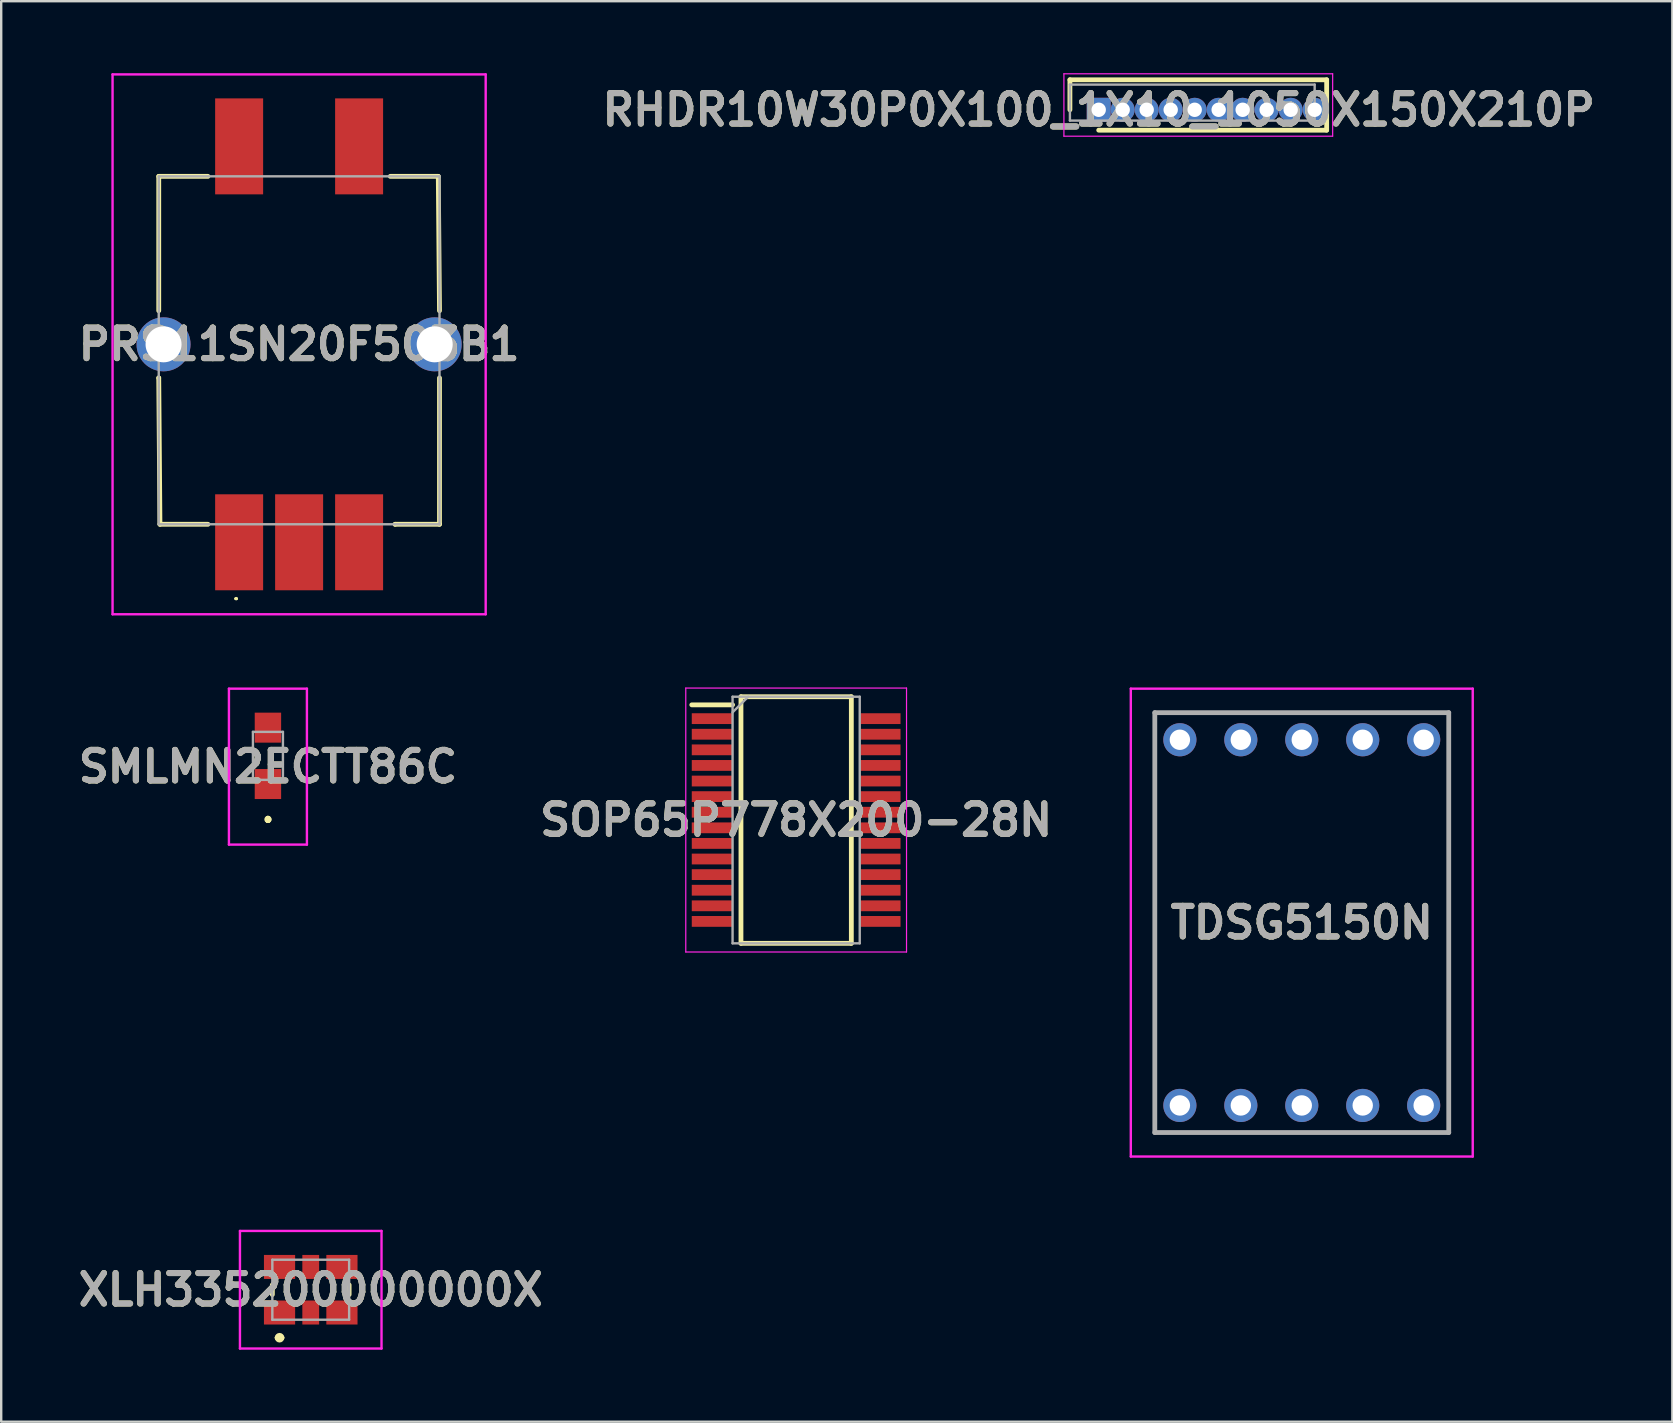
<source format=kicad_pcb>
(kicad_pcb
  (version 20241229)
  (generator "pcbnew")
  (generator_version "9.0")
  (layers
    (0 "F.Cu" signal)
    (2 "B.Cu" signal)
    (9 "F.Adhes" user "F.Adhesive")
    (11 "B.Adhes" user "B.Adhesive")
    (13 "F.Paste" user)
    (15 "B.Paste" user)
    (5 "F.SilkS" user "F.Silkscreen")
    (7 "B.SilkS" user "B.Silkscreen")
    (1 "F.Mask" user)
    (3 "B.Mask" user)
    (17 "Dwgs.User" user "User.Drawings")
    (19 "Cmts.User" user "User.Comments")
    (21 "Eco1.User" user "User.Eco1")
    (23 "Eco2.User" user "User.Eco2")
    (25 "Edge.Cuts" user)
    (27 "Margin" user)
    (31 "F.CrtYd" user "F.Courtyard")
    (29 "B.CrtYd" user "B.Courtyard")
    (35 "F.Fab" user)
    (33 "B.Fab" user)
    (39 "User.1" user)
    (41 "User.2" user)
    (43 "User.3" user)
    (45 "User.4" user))
  (footprint "TDSG5150N"
    (layer "F.Cu")
    (at 46.122 43.02)
    (property "Reference" "TDSG5150N" (at 5.08 -7.62 0) (layer "F.SilkS") (effects (font (size 1.27 1.27) (thickness 0.254))))
    (attr through_hole)
    (fp_line (start -1.045 -16.37) (end 11.205 -16.37) (stroke (width 0.1) (type solid)) (layer "F.SilkS"))
    (fp_line (start -1.045 1.13) (end -1.045 -16.37) (stroke (width 0.1) (type solid)) (layer "F.SilkS"))
    (fp_line (start 11.205 -16.37) (end 11.205 1.13) (stroke (width 0.1) (type solid)) (layer "F.SilkS"))
    (fp_line (start 11.205 1.13) (end -1.045 1.13) (stroke (width 0.1) (type solid)) (layer "F.SilkS"))
    (fp_line (start -2.045 -17.37) (end 12.205 -17.37) (stroke (width 0.1) (type solid)) (layer "F.CrtYd"))
    (fp_line (start -2.045 2.13) (end -2.045 -17.37) (stroke (width 0.1) (type solid)) (layer "F.CrtYd"))
    (fp_line (start 12.205 -17.37) (end 12.205 2.13) (stroke (width 0.1) (type solid)) (layer "F.CrtYd"))
    (fp_line (start 12.205 2.13) (end -2.045 2.13) (stroke (width 0.1) (type solid)) (layer "F.CrtYd"))
    (fp_line (start -1.045 -16.37) (end -1.045 1.13) (stroke (width 0.2) (type solid)) (layer "F.Fab"))
    (fp_line (start -1.045 1.13) (end 11.205 1.13) (stroke (width 0.2) (type solid)) (layer "F.Fab"))
    (fp_line (start 11.205 -16.37) (end -1.045 -16.37) (stroke (width 0.2) (type solid)) (layer "F.Fab"))
    (fp_line (start 11.205 1.13) (end 11.205 -16.37) (stroke (width 0.2) (type solid)) (layer "F.Fab"))
    (fp_text user "${REFERENCE}" (at 5.08 -7.62 0) (layer "F.Fab") (effects (font (size 1.27 1.27) (thickness 0.254))))
    (pad "1" thru_hole circle (at 0 0) (size 1.381 1.381) (drill 0.85) (layers "*.Cu" "*.Mask"))
    (pad "2" thru_hole circle (at 2.54 0) (size 1.381 1.381) (drill 0.85) (layers "*.Cu" "*.Mask"))
    (pad "3" thru_hole circle (at 5.08 0) (size 1.381 1.381) (drill 0.85) (layers "*.Cu" "*.Mask"))
    (pad "4" thru_hole circle (at 7.62 0) (size 1.381 1.381) (drill 0.85) (layers "*.Cu" "*.Mask"))
    (pad "5" thru_hole circle (at 10.16 0) (size 1.381 1.381) (drill 0.85) (layers "*.Cu" "*.Mask"))
    (pad "6" thru_hole circle (at 10.16 -15.24) (size 1.381 1.381) (drill 0.85) (layers "*.Cu" "*.Mask"))
    (pad "7" thru_hole circle (at 7.62 -15.24) (size 1.381 1.381) (drill 0.85) (layers "*.Cu" "*.Mask"))
    (pad "8" thru_hole circle (at 5.08 -15.24) (size 1.381 1.381) (drill 0.85) (layers "*.Cu" "*.Mask"))
    (pad "9" thru_hole circle (at 2.54 -15.24) (size 1.381 1.381) (drill 0.85) (layers "*.Cu" "*.Mask"))
    (pad "10" thru_hole circle (at 0 -15.24) (size 1.381 1.381) (drill 0.85) (layers "*.Cu" "*.Mask")))
  (footprint "XLH335200000000X"
    (layer "F.Cu")
    (at 9.9 50.7)
    (property "Reference" "XLH335200000000X" (at 0 0 0) (layer "F.SilkS") (effects (font (size 1.27 1.27) (thickness 0.254))))
    (attr smd)
    (fp_line (start -1.6 0.2) (end -1.6 -0.2) (stroke (width 0.2) (type solid)) (layer "F.SilkS"))
    (fp_line (start -1.4 2) (end -1.4 2) (stroke (width 0.2) (type solid)) (layer "F.SilkS"))
    (fp_line (start -1.2 2) (end -1.2 2) (stroke (width 0.2) (type solid)) (layer "F.SilkS"))
    (fp_line (start 1.6 0.2) (end 1.6 -0.2) (stroke (width 0.2) (type solid)) (layer "F.SilkS"))
    (fp_arc (start -1.4 2) (mid -1.3 1.9) (end -1.2 2) (stroke (width 0.2) (type solid)) (layer "F.SilkS"))
    (fp_arc (start -1.2 2) (mid -1.3 2.1) (end -1.4 2) (stroke (width 0.2) (type solid)) (layer "F.SilkS"))
    (fp_line (start -2.95 -2.45) (end 2.95 -2.45) (stroke (width 0.1) (type solid)) (layer "F.CrtYd"))
    (fp_line (start -2.95 2.45) (end -2.95 -2.45) (stroke (width 0.1) (type solid)) (layer "F.CrtYd"))
    (fp_line (start 2.95 -2.45) (end 2.95 2.45) (stroke (width 0.1) (type solid)) (layer "F.CrtYd"))
    (fp_line (start 2.95 2.45) (end -2.95 2.45) (stroke (width 0.1) (type solid)) (layer "F.CrtYd"))
    (fp_line (start -1.6 -1.25) (end 1.6 -1.25) (stroke (width 0.1) (type solid)) (layer "F.Fab"))
    (fp_line (start -1.6 1.25) (end -1.6 -1.25) (stroke (width 0.1) (type solid)) (layer "F.Fab"))
    (fp_line (start 1.6 -1.25) (end 1.6 1.25) (stroke (width 0.1) (type solid)) (layer "F.Fab"))
    (fp_line (start 1.6 1.25) (end -1.6 1.25) (stroke (width 0.1) (type solid)) (layer "F.Fab"))
    (fp_text user "${REFERENCE}" (at 0 0 0) (layer "F.Fab") (effects (font (size 1.27 1.27) (thickness 0.254))))
    (pad "1" smd rect (at -1.3 0.95 90) (size 1 1.3) (layers "F.Cu" "F.Mask" "F.Paste"))
    (pad "2" smd rect (at 0 0.95) (size 0.7 1) (layers "F.Cu" "F.Mask" "F.Paste"))
    (pad "3" smd rect (at 1.3 0.95 90) (size 1 1.3) (layers "F.Cu" "F.Mask" "F.Paste"))
    (pad "4" smd rect (at 1.3 -0.95 90) (size 1 1.3) (layers "F.Cu" "F.Mask" "F.Paste"))
    (pad "5" smd rect (at 0 -0.95) (size 0.7 1) (layers "F.Cu" "F.Mask" "F.Paste"))
    (pad "6" smd rect (at -1.3 -0.95 90) (size 1 1.3) (layers "F.Cu" "F.Mask" "F.Paste")))
  (footprint "SMLMN2ECTT86C"
    (layer "F.Cu")
    (at 8.116 28.45)
    (property "Reference" "SMLMN2ECTT86C" (at 0 0.45 0) (layer "F.SilkS") (effects (font (size 1.27 1.27) (thickness 0.254))))
    (attr smd)
    (fp_line (start 0 2.6) (end 0 2.6) (stroke (width 0.2) (type solid)) (layer "F.SilkS"))
    (fp_line (start 0 2.7) (end 0 2.7) (stroke (width 0.2) (type solid)) (layer "F.SilkS"))
    (fp_line (start 0 2.7) (end 0 2.7) (stroke (width 0.2) (type solid)) (layer "F.SilkS"))
    (fp_arc (start 0 2.6) (mid 0.05 2.65) (end 0 2.7) (stroke (width 0.2) (type solid)) (layer "F.SilkS"))
    (fp_arc (start 0 2.6) (mid 0.05 2.65) (end 0 2.7) (stroke (width 0.2) (type solid)) (layer "F.SilkS"))
    (fp_arc (start 0 2.7) (mid -0.05 2.65) (end 0 2.6) (stroke (width 0.2) (type solid)) (layer "F.SilkS"))
    (fp_line (start -1.625 -2.8) (end 1.625 -2.8) (stroke (width 0.1) (type solid)) (layer "F.CrtYd"))
    (fp_line (start -1.625 3.7) (end -1.625 -2.8) (stroke (width 0.1) (type solid)) (layer "F.CrtYd"))
    (fp_line (start 1.625 -2.8) (end 1.625 3.7) (stroke (width 0.1) (type solid)) (layer "F.CrtYd"))
    (fp_line (start 1.625 3.7) (end -1.625 3.7) (stroke (width 0.1) (type solid)) (layer "F.CrtYd"))
    (fp_line (start -0.625 -1) (end -0.625 1) (stroke (width 0.1) (type solid)) (layer "F.Fab"))
    (fp_line (start -0.625 1) (end 0.625 1) (stroke (width 0.1) (type solid)) (layer "F.Fab"))
    (fp_line (start 0.625 -1) (end -0.625 -1) (stroke (width 0.1) (type solid)) (layer "F.Fab"))
    (fp_line (start 0.625 1) (end 0.625 -1) (stroke (width 0.1) (type solid)) (layer "F.Fab"))
    (fp_text user "${REFERENCE}" (at 0 0.45 0) (layer "F.Fab") (effects (font (size 1.27 1.27) (thickness 0.254))))
    (pad "1" smd rect (at 0 1.175) (size 1.1 1.25) (layers "F.Cu" "F.Mask" "F.Paste"))
    (pad "2" smd rect (at 0 -1.175) (size 1.1 1.25) (layers "F.Cu" "F.Mask" "F.Paste")))
  (footprint "PRS11SN20F503B1"
    (layer "F.Cu")
    (at 9.416 11.3)
    (property "Reference" "PRS11SN20F503B1" (at 0 0 0) (layer "F.SilkS") (effects (font (size 1.27 1.27) (thickness 0.254))))
    (attr through_hole)
    (fp_line (start -5.85 -7) (end -5.85 -1.4) (stroke (width 0.2) (type solid)) (layer "F.SilkS"))
    (fp_line (start -5.85 1.4) (end -5.85 1.4) (stroke (width 0.2) (type solid)) (layer "F.SilkS"))
    (fp_line (start -5.85 1.4) (end -5.8 7.5) (stroke (width 0.2) (type solid)) (layer "F.SilkS"))
    (fp_line (start -5.8 7.5) (end -3.8 7.5) (stroke (width 0.2) (type solid)) (layer "F.SilkS"))
    (fp_line (start -3.8 -7) (end -5.85 -7) (stroke (width 0.2) (type solid)) (layer "F.SilkS"))
    (fp_line (start -2.65 10.6) (end -2.65 10.6) (stroke (width 0.1) (type solid)) (layer "F.SilkS"))
    (fp_line (start -2.6 10.6) (end -2.6 10.6) (stroke (width 0.1) (type solid)) (layer "F.SilkS"))
    (fp_line (start 3.8 -7) (end 5.8 -7) (stroke (width 0.2) (type solid)) (layer "F.SilkS"))
    (fp_line (start 4 7.5) (end 4 7.5) (stroke (width 0.2) (type solid)) (layer "F.SilkS"))
    (fp_line (start 5.8 -7) (end 5.85 -1.4) (stroke (width 0.2) (type solid)) (layer "F.SilkS"))
    (fp_line (start 5.85 1.4) (end 5.85 7.5) (stroke (width 0.2) (type solid)) (layer "F.SilkS"))
    (fp_line (start 5.85 7.5) (end 4 7.5) (stroke (width 0.2) (type solid)) (layer "F.SilkS"))
    (fp_arc (start -2.65 10.6) (mid -2.625 10.575) (end -2.6 10.6) (stroke (width 0.1) (type solid)) (layer "F.SilkS"))
    (fp_arc (start -2.6 10.6) (mid -2.625 10.625) (end -2.65 10.6) (stroke (width 0.1) (type solid)) (layer "F.SilkS"))
    (fp_line (start -7.775 -11.25) (end 7.775 -11.25) (stroke (width 0.1) (type solid)) (layer "F.CrtYd"))
    (fp_line (start -7.775 11.25) (end -7.775 -11.25) (stroke (width 0.1) (type solid)) (layer "F.CrtYd"))
    (fp_line (start 7.775 -11.25) (end 7.775 11.25) (stroke (width 0.1) (type solid)) (layer "F.CrtYd"))
    (fp_line (start 7.775 11.25) (end -7.775 11.25) (stroke (width 0.1) (type solid)) (layer "F.CrtYd"))
    (fp_line (start -5.85 -7) (end 5.85 -7) (stroke (width 0.1) (type solid)) (layer "F.Fab"))
    (fp_line (start -5.85 7.5) (end -5.85 -7) (stroke (width 0.1) (type solid)) (layer "F.Fab"))
    (fp_line (start 5.85 -7) (end 5.85 7.5) (stroke (width 0.1) (type solid)) (layer "F.Fab"))
    (fp_line (start 5.85 7.5) (end -5.85 7.5) (stroke (width 0.1) (type solid)) (layer "F.Fab"))
    (fp_text user "${REFERENCE}" (at 0 0 0) (layer "F.Fab") (effects (font (size 1.27 1.27) (thickness 0.254))))
    (pad "1" smd rect (at -2.5 8.25) (size 2 4) (layers "F.Cu" "F.Mask" "F.Paste"))
    (pad "2" smd rect (at 0 8.25) (size 2 4) (layers "F.Cu" "F.Mask" "F.Paste"))
    (pad "3" smd rect (at 2.5 8.25) (size 2 4) (layers "F.Cu" "F.Mask" "F.Paste"))
    (pad "4" smd rect (at -2.5 -8.25) (size 2 4) (layers "F.Cu" "F.Mask" "F.Paste"))
    (pad "5" smd rect (at 2.5 -8.25) (size 2 4) (layers "F.Cu" "F.Mask" "F.Paste"))
    (pad "MH1" thru_hole circle (at -5.65 0) (size 2.25 2.25) (drill 1.5) (layers "*.Cu" "*.Mask"))
    (pad "MH2" thru_hole circle (at 5.65 0) (size 2.25 2.25) (drill 1.5) (layers "*.Cu" "*.Mask")))
  (footprint "SOP65P778X200-28N"
    (layer "F.Cu")
    (at 30.13 31.125)
    (property "Reference" "SOP65P778X200-28N" (at 0 0 0) (layer "F.SilkS") (effects (font (size 1.27 1.27) (thickness 0.254))))
    (attr smd)
    (fp_line (start -4.35 -4.8) (end -2.65 -4.8) (stroke (width 0.2) (type solid)) (layer "F.SilkS"))
    (fp_line (start -2.3 -5.138) (end 2.3 -5.138) (stroke (width 0.2) (type solid)) (layer "F.SilkS"))
    (fp_line (start -2.3 5.138) (end -2.3 -5.138) (stroke (width 0.2) (type solid)) (layer "F.SilkS"))
    (fp_line (start 2.3 -5.138) (end 2.3 5.138) (stroke (width 0.2) (type solid)) (layer "F.SilkS"))
    (fp_line (start 2.3 5.138) (end -2.3 5.138) (stroke (width 0.2) (type solid)) (layer "F.SilkS"))
    (fp_line (start -4.6 -5.5) (end 4.6 -5.5) (stroke (width 0.05) (type solid)) (layer "F.CrtYd"))
    (fp_line (start -4.6 5.5) (end -4.6 -5.5) (stroke (width 0.05) (type solid)) (layer "F.CrtYd"))
    (fp_line (start 4.6 -5.5) (end 4.6 5.5) (stroke (width 0.05) (type solid)) (layer "F.CrtYd"))
    (fp_line (start 4.6 5.5) (end -4.6 5.5) (stroke (width 0.05) (type solid)) (layer "F.CrtYd"))
    (fp_line (start -2.65 -5.138) (end 2.65 -5.138) (stroke (width 0.1) (type solid)) (layer "F.Fab"))
    (fp_line (start -2.65 -4.488) (end -2 -5.138) (stroke (width 0.1) (type solid)) (layer "F.Fab"))
    (fp_line (start -2.65 5.138) (end -2.65 -5.138) (stroke (width 0.1) (type solid)) (layer "F.Fab"))
    (fp_line (start 2.65 -5.138) (end 2.65 5.138) (stroke (width 0.1) (type solid)) (layer "F.Fab"))
    (fp_line (start 2.65 5.138) (end -2.65 5.138) (stroke (width 0.1) (type solid)) (layer "F.Fab"))
    (fp_text user "${REFERENCE}" (at 0 0 0) (layer "F.Fab") (effects (font (size 1.27 1.27) (thickness 0.254))))
    (pad "1" smd rect (at -3.5 -4.225 90) (size 0.45 1.7) (layers "F.Cu" "F.Mask" "F.Paste"))
    (pad "2" smd rect (at -3.5 -3.575 90) (size 0.45 1.7) (layers "F.Cu" "F.Mask" "F.Paste"))
    (pad "3" smd rect (at -3.5 -2.925 90) (size 0.45 1.7) (layers "F.Cu" "F.Mask" "F.Paste"))
    (pad "4" smd rect (at -3.5 -2.275 90) (size 0.45 1.7) (layers "F.Cu" "F.Mask" "F.Paste"))
    (pad "5" smd rect (at -3.5 -1.625 90) (size 0.45 1.7) (layers "F.Cu" "F.Mask" "F.Paste"))
    (pad "6" smd rect (at -3.5 -0.975 90) (size 0.45 1.7) (layers "F.Cu" "F.Mask" "F.Paste"))
    (pad "7" smd rect (at -3.5 -0.325 90) (size 0.45 1.7) (layers "F.Cu" "F.Mask" "F.Paste"))
    (pad "8" smd rect (at -3.5 0.325 90) (size 0.45 1.7) (layers "F.Cu" "F.Mask" "F.Paste"))
    (pad "9" smd rect (at -3.5 0.975 90) (size 0.45 1.7) (layers "F.Cu" "F.Mask" "F.Paste"))
    (pad "10" smd rect (at -3.5 1.625 90) (size 0.45 1.7) (layers "F.Cu" "F.Mask" "F.Paste"))
    (pad "11" smd rect (at -3.5 2.275 90) (size 0.45 1.7) (layers "F.Cu" "F.Mask" "F.Paste"))
    (pad "12" smd rect (at -3.5 2.925 90) (size 0.45 1.7) (layers "F.Cu" "F.Mask" "F.Paste"))
    (pad "13" smd rect (at -3.5 3.575 90) (size 0.45 1.7) (layers "F.Cu" "F.Mask" "F.Paste"))
    (pad "14" smd rect (at -3.5 4.225 90) (size 0.45 1.7) (layers "F.Cu" "F.Mask" "F.Paste"))
    (pad "15" smd rect (at 3.5 4.225 90) (size 0.45 1.7) (layers "F.Cu" "F.Mask" "F.Paste"))
    (pad "16" smd rect (at 3.5 3.575 90) (size 0.45 1.7) (layers "F.Cu" "F.Mask" "F.Paste"))
    (pad "17" smd rect (at 3.5 2.925 90) (size 0.45 1.7) (layers "F.Cu" "F.Mask" "F.Paste"))
    (pad "18" smd rect (at 3.5 2.275 90) (size 0.45 1.7) (layers "F.Cu" "F.Mask" "F.Paste"))
    (pad "19" smd rect (at 3.5 1.625 90) (size 0.45 1.7) (layers "F.Cu" "F.Mask" "F.Paste"))
    (pad "20" smd rect (at 3.5 0.975 90) (size 0.45 1.7) (layers "F.Cu" "F.Mask" "F.Paste"))
    (pad "21" smd rect (at 3.5 0.325 90) (size 0.45 1.7) (layers "F.Cu" "F.Mask" "F.Paste"))
    (pad "22" smd rect (at 3.5 -0.325 90) (size 0.45 1.7) (layers "F.Cu" "F.Mask" "F.Paste"))
    (pad "23" smd rect (at 3.5 -0.975 90) (size 0.45 1.7) (layers "F.Cu" "F.Mask" "F.Paste"))
    (pad "24" smd rect (at 3.5 -1.625 90) (size 0.45 1.7) (layers "F.Cu" "F.Mask" "F.Paste"))
    (pad "25" smd rect (at 3.5 -2.275 90) (size 0.45 1.7) (layers "F.Cu" "F.Mask" "F.Paste"))
    (pad "26" smd rect (at 3.5 -2.925 90) (size 0.45 1.7) (layers "F.Cu" "F.Mask" "F.Paste"))
    (pad "27" smd rect (at 3.5 -3.575 90) (size 0.45 1.7) (layers "F.Cu" "F.Mask" "F.Paste"))
    (pad "28" smd rect (at 3.5 -4.225 90) (size 0.45 1.7) (layers "F.Cu" "F.Mask" "F.Paste")))
  (footprint "RHDR10W30P0X100_1X10_1050X150X210P"
    (layer "F.Cu")
    (at 42.739 1.525)
    (property "Reference" "RHDR10W30P0X100_1X10_1050X150X210P" (at 0 0 0) (layer "F.SilkS") (effects (font (size 1.27 1.27) (thickness 0.254))))
    (attr through_hole)
    (fp_line (start -1.2 -1.25) (end -1.2 0) (stroke (width 0.2) (type solid)) (layer "F.SilkS"))
    (fp_line (start 0 0.85) (end 9.5 0.85) (stroke (width 0.2) (type solid)) (layer "F.SilkS"))
    (fp_line (start 9.5 -1.25) (end -1.2 -1.25) (stroke (width 0.2) (type solid)) (layer "F.SilkS"))
    (fp_line (start 9.5 0.85) (end 9.5 -1.25) (stroke (width 0.2) (type solid)) (layer "F.SilkS"))
    (fp_line (start -1.45 -1.5) (end 9.75 -1.5) (stroke (width 0.05) (type solid)) (layer "F.CrtYd"))
    (fp_line (start -1.45 1.1) (end -1.45 -1.5) (stroke (width 0.05) (type solid)) (layer "F.CrtYd"))
    (fp_line (start 9.75 -1.5) (end 9.75 1.1) (stroke (width 0.05) (type solid)) (layer "F.CrtYd"))
    (fp_line (start 9.75 1.1) (end -1.45 1.1) (stroke (width 0.05) (type solid)) (layer "F.CrtYd"))
    (fp_line (start -1.2 -1.05) (end 9 -1.05) (stroke (width 0.1) (type solid)) (layer "F.Fab"))
    (fp_line (start -1.2 0.45) (end -1.2 -1.05) (stroke (width 0.1) (type solid)) (layer "F.Fab"))
    (fp_line (start 9 -1.05) (end 9 0.45) (stroke (width 0.1) (type solid)) (layer "F.Fab"))
    (fp_line (start 9 0.45) (end -1.2 0.45) (stroke (width 0.1) (type solid)) (layer "F.Fab"))
    (fp_text user "${REFERENCE}" (at 0 0 0) (layer "F.Fab") (effects (font (size 1.27 1.27) (thickness 0.254))))
    (pad "1" thru_hole rect (at 0 0) (size 1 1) (drill 0.6) (layers "*.Cu" "*.Mask"))
    (pad "2" thru_hole circle (at 1 0) (size 1 1) (drill 0.6) (layers "*.Cu" "*.Mask"))
    (pad "3" thru_hole circle (at 2 0) (size 1 1) (drill 0.6) (layers "*.Cu" "*.Mask"))
    (pad "4" thru_hole circle (at 3 0) (size 1 1) (drill 0.6) (layers "*.Cu" "*.Mask"))
    (pad "5" thru_hole circle (at 4 0) (size 1 1) (drill 0.6) (layers "*.Cu" "*.Mask"))
    (pad "6" thru_hole circle (at 5 0) (size 1 1) (drill 0.6) (layers "*.Cu" "*.Mask"))
    (pad "7" thru_hole circle (at 6 0) (size 1 1) (drill 0.6) (layers "*.Cu" "*.Mask"))
    (pad "8" thru_hole circle (at 7 0) (size 1 1) (drill 0.6) (layers "*.Cu" "*.Mask"))
    (pad "9" thru_hole circle (at 8 0) (size 1 1) (drill 0.6) (layers "*.Cu" "*.Mask"))
    (pad "10" thru_hole circle (at 9 0) (size 1 1) (drill 0.6) (layers "*.Cu" "*.Mask")))
  (gr_rect
    (start -3 -3)
    (end 66.646 56.2)
    (stroke (width 0.1) (type default))
    (fill no)
    (layer "Edge.Cuts")))
</source>
